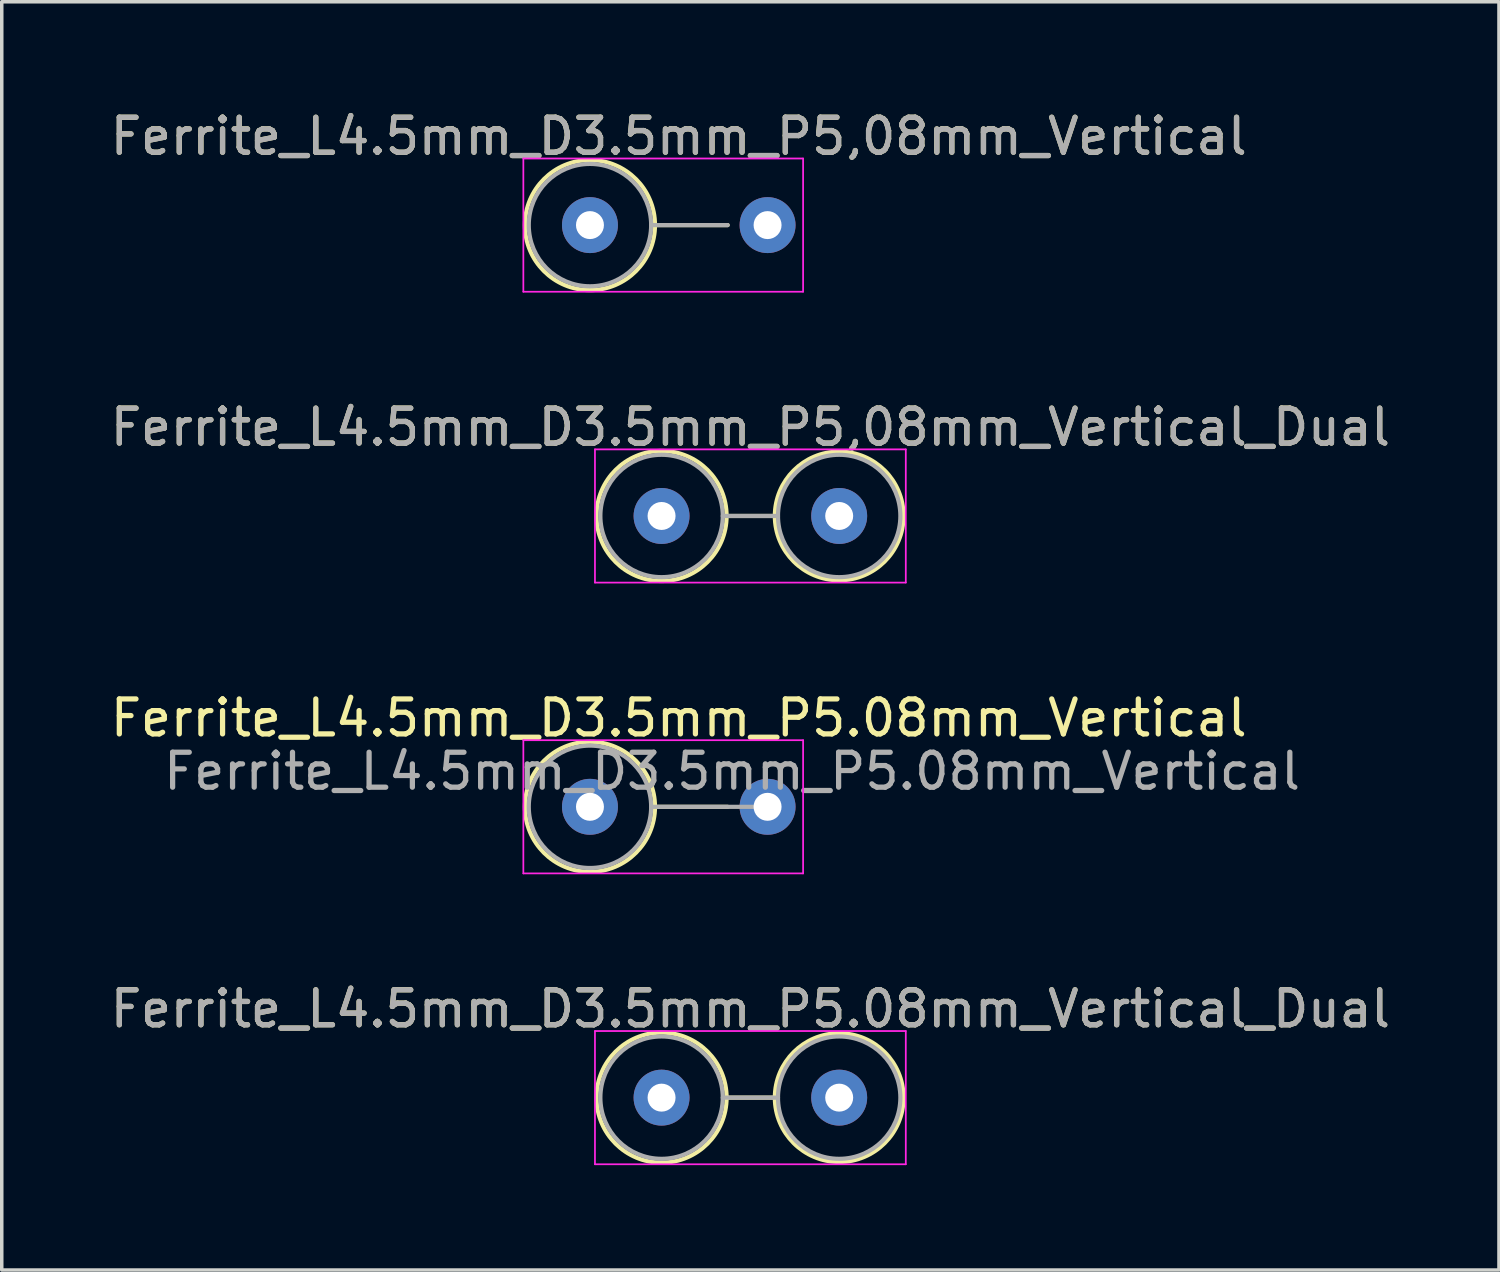
<source format=kicad_pcb>
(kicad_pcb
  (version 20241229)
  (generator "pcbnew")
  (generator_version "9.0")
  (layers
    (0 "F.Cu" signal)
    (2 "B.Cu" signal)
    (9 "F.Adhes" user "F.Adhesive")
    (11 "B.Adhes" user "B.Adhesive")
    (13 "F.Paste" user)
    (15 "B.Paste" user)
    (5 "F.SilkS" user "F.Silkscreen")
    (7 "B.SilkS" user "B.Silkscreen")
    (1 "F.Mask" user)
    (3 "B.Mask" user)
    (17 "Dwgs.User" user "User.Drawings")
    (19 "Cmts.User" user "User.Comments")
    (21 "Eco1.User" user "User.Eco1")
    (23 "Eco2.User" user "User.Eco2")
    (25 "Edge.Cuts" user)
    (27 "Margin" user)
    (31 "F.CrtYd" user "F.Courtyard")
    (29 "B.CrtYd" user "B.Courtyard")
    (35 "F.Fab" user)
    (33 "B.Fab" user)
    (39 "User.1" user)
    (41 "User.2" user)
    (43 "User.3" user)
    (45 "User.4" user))
  (footprint "Ferrite_L4.5mm_D3.5mm_P5,08mm_Vertical"
    (layer "F.Cu")
    (at 13.823 3.388)
    (property "Reference" "Ferrite_L4.5mm_D3.5mm_P5,08mm_Vertical" (at 2.54 -2.54 0) (layer "F.SilkS") (effects (font (size 1 1) (thickness 0.15))))
    (fp_line (start 1.86 0) (end 3.937 0) (stroke (width 0.12) (type solid)) (layer "F.SilkS"))
    (fp_circle (center 0 0) (end -1.86 0) (stroke (width 0.12) (type solid)) (fill no) (layer "F.SilkS"))
    (fp_line (start -1.905 -1.905) (end 6.096 -1.905) (stroke (width 0.05) (type solid)) (layer "F.CrtYd"))
    (fp_line (start -1.905 1.905) (end -1.905 -1.905) (stroke (width 0.05) (type solid)) (layer "F.CrtYd"))
    (fp_line (start 6.096 -1.905) (end 6.096 1.905) (stroke (width 0.05) (type solid)) (layer "F.CrtYd"))
    (fp_line (start 6.096 1.905) (end -1.905 1.905) (stroke (width 0.05) (type solid)) (layer "F.CrtYd"))
    (fp_line (start 1.75 0) (end 3.937 0) (stroke (width 0.12) (type solid)) (layer "F.Fab"))
    (fp_circle (center 0 0) (end -1.75 0) (stroke (width 0.12) (type solid)) (fill no) (layer "F.Fab"))
    (fp_text user "${REFERENCE}" (at 2.54 -2.539 0) (layer "F.Fab") (effects (font (size 1 1) (thickness 0.15))))
    (pad "1" thru_hole circle (at 0 0) (size 1.6 1.6) (drill 0.8) (layers "*.Cu" "*.Mask"))
    (pad "2" thru_hole circle (at 5.08 0) (size 1.6 1.6) (drill 0.8) (layers "*.Cu" "*.Mask")))
  (footprint "Ferrite_L4.5mm_D3.5mm_P5,08mm_Vertical_Dual"
    (layer "F.Cu")
    (at 15.871 11.707)
    (property "Reference" "Ferrite_L4.5mm_D3.5mm_P5,08mm_Vertical_Dual" (at 2.54 -2.54 0) (layer "F.SilkS") (effects (font (size 1 1) (thickness 0.15))))
    (fp_line (start 1.86 0) (end 3.24 0) (stroke (width 0.12) (type solid)) (layer "F.SilkS"))
    (fp_circle (center 0 0) (end -1.86 0) (stroke (width 0.12) (type solid)) (fill no) (layer "F.SilkS"))
    (fp_circle (center 5.08 0) (end 3.24 0) (stroke (width 0.12) (type solid)) (fill no) (layer "F.SilkS"))
    (fp_line (start -1.905 -1.905) (end 6.985 -1.905) (stroke (width 0.05) (type solid)) (layer "F.CrtYd"))
    (fp_line (start -1.905 1.905) (end -1.905 -1.905) (stroke (width 0.05) (type solid)) (layer "F.CrtYd"))
    (fp_line (start 6.985 -1.905) (end 6.985 1.905) (stroke (width 0.05) (type solid)) (layer "F.CrtYd"))
    (fp_line (start 6.985 1.905) (end -1.905 1.905) (stroke (width 0.05) (type solid)) (layer "F.CrtYd"))
    (fp_line (start 1.75 0) (end 3.33 0) (stroke (width 0.12) (type solid)) (layer "F.Fab"))
    (fp_circle (center 0 0) (end -1.75 0) (stroke (width 0.12) (type solid)) (fill no) (layer "F.Fab"))
    (fp_circle (center 5.08 0) (end 3.33 0) (stroke (width 0.12) (type solid)) (fill no) (layer "F.Fab"))
    (fp_text user "${REFERENCE}" (at 2.54 -2.539 0) (layer "F.Fab") (effects (font (size 1 1) (thickness 0.15))))
    (pad "1" thru_hole circle (at 0 0) (size 1.6 1.6) (drill 0.8) (layers "*.Cu" "*.Mask"))
    (pad "2" thru_hole circle (at 5.08 0) (size 1.6 1.6) (drill 0.8) (layers "*.Cu" "*.Mask")))
  (footprint "Ferrite_L4.5mm_D3.5mm_P5.08mm_Vertical_Dual"
    (layer "F.Cu")
    (at 15.871 28.343)
    (property "Reference" "Ferrite_L4.5mm_D3.5mm_P5.08mm_Vertical_Dual" (at 2.54 -2.54 0) (layer "F.SilkS") (effects (font (size 1 1) (thickness 0.15))))
    (fp_line (start 1.86 0) (end 3.24 0) (stroke (width 0.12) (type solid)) (layer "F.SilkS"))
    (fp_circle (center 0 0) (end -1.86 0) (stroke (width 0.12) (type solid)) (fill no) (layer "F.SilkS"))
    (fp_circle (center 5.08 0) (end 3.24 0) (stroke (width 0.12) (type solid)) (fill no) (layer "F.SilkS"))
    (fp_line (start -1.905 -1.905) (end 6.985 -1.905) (stroke (width 0.05) (type solid)) (layer "F.CrtYd"))
    (fp_line (start -1.905 1.905) (end -1.905 -1.905) (stroke (width 0.05) (type solid)) (layer "F.CrtYd"))
    (fp_line (start 6.985 -1.905) (end 6.985 1.905) (stroke (width 0.05) (type solid)) (layer "F.CrtYd"))
    (fp_line (start 6.985 1.905) (end -1.905 1.905) (stroke (width 0.05) (type solid)) (layer "F.CrtYd"))
    (fp_line (start 1.75 0) (end 3.33 0) (stroke (width 0.12) (type solid)) (layer "F.Fab"))
    (fp_circle (center 0 0) (end -1.75 0) (stroke (width 0.12) (type solid)) (fill no) (layer "F.Fab"))
    (fp_circle (center 5.08 0) (end 3.33 0) (stroke (width 0.12) (type solid)) (fill no) (layer "F.Fab"))
    (fp_text user "${REFERENCE}" (at 2.54 -2.539 0) (layer "F.Fab") (effects (font (size 1 1) (thickness 0.15))))
    (pad "1" thru_hole circle (at 0 0) (size 1.6 1.6) (drill 0.8) (layers "*.Cu" "*.Mask"))
    (pad "2" thru_hole circle (at 5.08 0) (size 1.6 1.6) (drill 0.8) (layers "*.Cu" "*.Mask")))
  (footprint "Ferrite_L4.5mm_D3.5mm_P5.08mm_Vertical"
    (layer "F.Cu")
    (at 13.823 20.025)
    (property "Reference" "Ferrite_L4.5mm_D3.5mm_P5.08mm_Vertical" (at 2.54 -2.54 0) (layer "F.SilkS") (effects (font (size 1 1) (thickness 0.15))))
    (fp_line (start 1.86 0) (end 3.937 0) (stroke (width 0.12) (type solid)) (layer "F.SilkS"))
    (fp_circle (center 0 0) (end -1.86 0) (stroke (width 0.12) (type solid)) (fill no) (layer "F.SilkS"))
    (fp_line (start -1.905 -1.905) (end 6.096 -1.905) (stroke (width 0.05) (type solid)) (layer "F.CrtYd"))
    (fp_line (start -1.905 1.905) (end -1.905 -1.905) (stroke (width 0.05) (type solid)) (layer "F.CrtYd"))
    (fp_line (start 6.096 -1.905) (end 6.096 1.905) (stroke (width 0.05) (type solid)) (layer "F.CrtYd"))
    (fp_line (start 6.096 1.905) (end -1.905 1.905) (stroke (width 0.05) (type solid)) (layer "F.CrtYd"))
    (fp_line (start 1.75 0) (end 5.08 0) (stroke (width 0.12) (type solid)) (layer "F.Fab"))
    (fp_circle (center 0 0) (end -1.75 0) (stroke (width 0.12) (type solid)) (fill no) (layer "F.Fab"))
    (fp_text user "${REFERENCE}" (at 4.064 -1.016 0) (layer "F.Fab") (effects (font (size 1 1) (thickness 0.15))))
    (pad "1" thru_hole circle (at 0 0) (size 1.6 1.6) (drill 0.8) (layers "*.Cu" "*.Mask"))
    (pad "2" thru_hole circle (at 5.08 0) (size 1.6 1.6) (drill 0.8) (layers "*.Cu" "*.Mask")))
  (gr_rect
    (start -3 -3)
    (end 39.821 33.273)
    (stroke (width 0.1) (type default))
    (fill no)
    (layer "Edge.Cuts")))
</source>
